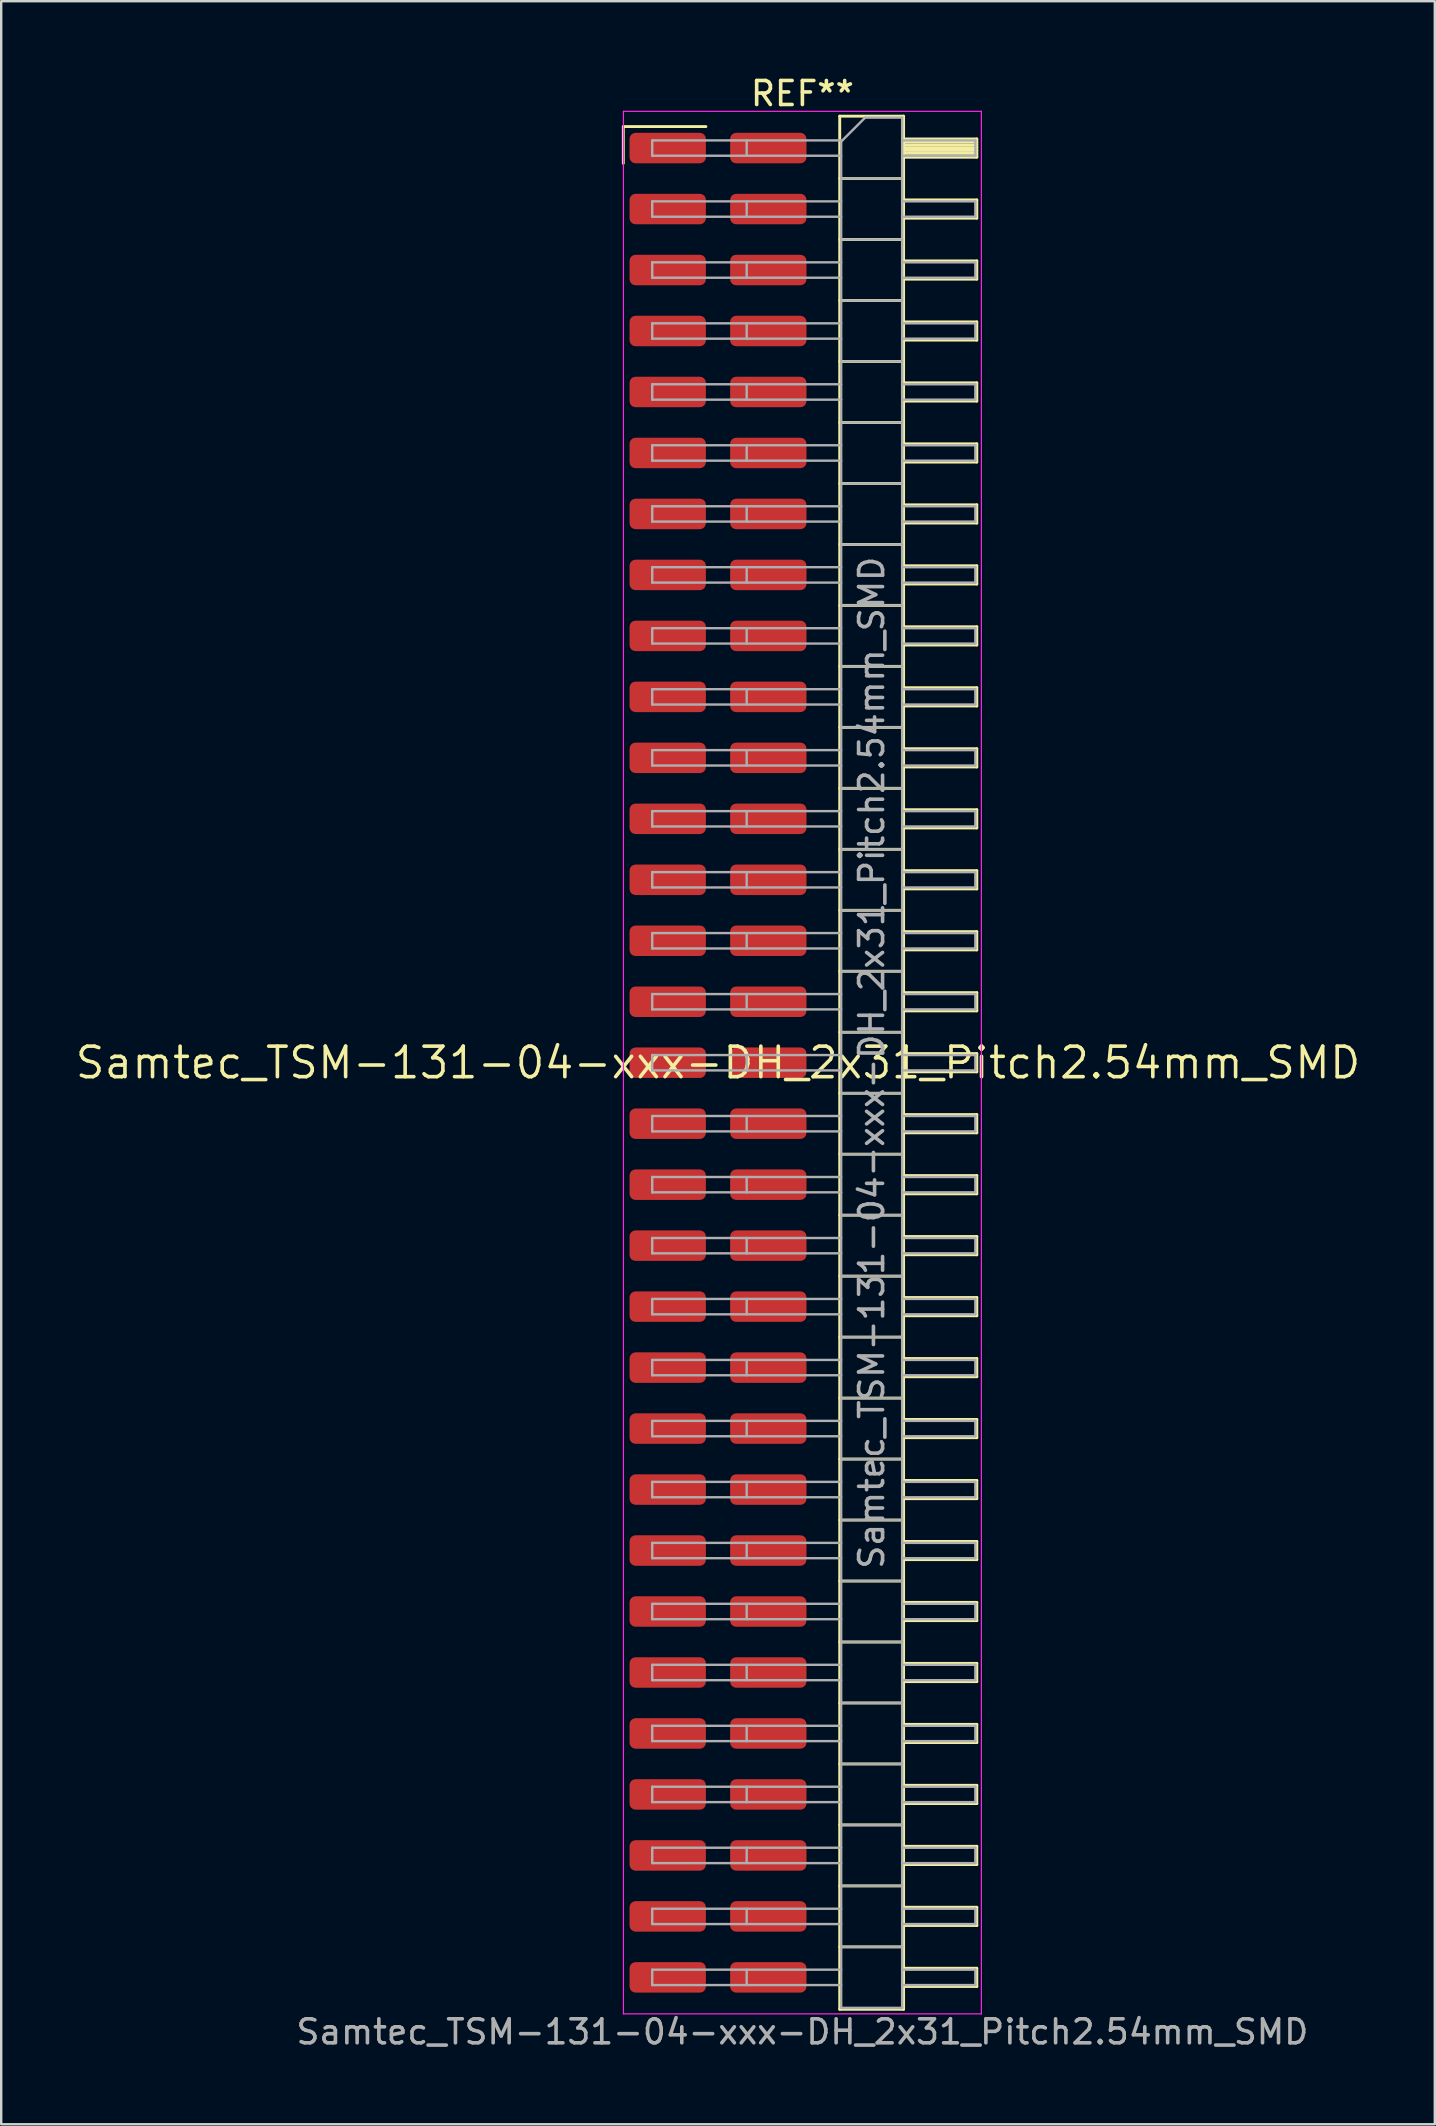
<source format=kicad_pcb>
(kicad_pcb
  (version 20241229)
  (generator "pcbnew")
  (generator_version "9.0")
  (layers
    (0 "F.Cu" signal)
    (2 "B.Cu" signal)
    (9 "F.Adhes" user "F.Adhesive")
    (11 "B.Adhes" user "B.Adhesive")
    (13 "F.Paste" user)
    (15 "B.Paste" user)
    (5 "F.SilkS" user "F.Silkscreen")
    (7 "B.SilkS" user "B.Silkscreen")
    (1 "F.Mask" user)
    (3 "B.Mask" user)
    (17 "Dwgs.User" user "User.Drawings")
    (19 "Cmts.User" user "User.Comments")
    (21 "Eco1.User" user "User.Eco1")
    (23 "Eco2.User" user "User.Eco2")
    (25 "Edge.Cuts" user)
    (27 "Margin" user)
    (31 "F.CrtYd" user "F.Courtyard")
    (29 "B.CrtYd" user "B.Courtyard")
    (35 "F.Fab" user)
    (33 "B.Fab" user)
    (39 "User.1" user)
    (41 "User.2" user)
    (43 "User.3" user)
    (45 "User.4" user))
  (footprint "Samtec_TSM-131-04-xxx-DH_2x31_Pitch2.54mm_SMD"
    (layer "F.Cu")
    (at 26.859 41.218)
    (property "Reference" "Samtec_TSM-131-04-xxx-DH_2x31_Pitch2.54mm_SMD" (at 0 0 0) (layer "F.SilkS") (effects (font (size 1.27 1.27) (thickness 0.15))))
    (attr smd)
    (fp_line (start -3.945 -38.995) (end -0.505 -38.995) (stroke (width 0.12) (type solid)) (layer "F.SilkS"))
    (fp_line (start -3.945 -37.465) (end -3.945 -38.995) (stroke (width 0.12) (type solid)) (layer "F.SilkS"))
    (fp_line (start 5.07 -39.43) (end 7.73 -39.43) (stroke (width 0.12) (type solid)) (layer "F.SilkS"))
    (fp_line (start 5.07 -36.83) (end 7.73 -36.83) (stroke (width 0.12) (type solid)) (layer "F.SilkS"))
    (fp_line (start 5.07 -34.29) (end 7.73 -34.29) (stroke (width 0.12) (type solid)) (layer "F.SilkS"))
    (fp_line (start 5.07 -31.75) (end 7.73 -31.75) (stroke (width 0.12) (type solid)) (layer "F.SilkS"))
    (fp_line (start 5.07 -29.21) (end 7.73 -29.21) (stroke (width 0.12) (type solid)) (layer "F.SilkS"))
    (fp_line (start 5.07 -26.67) (end 7.73 -26.67) (stroke (width 0.12) (type solid)) (layer "F.SilkS"))
    (fp_line (start 5.07 -24.13) (end 7.73 -24.13) (stroke (width 0.12) (type solid)) (layer "F.SilkS"))
    (fp_line (start 5.07 -21.59) (end 7.73 -21.59) (stroke (width 0.12) (type solid)) (layer "F.SilkS"))
    (fp_line (start 5.07 -19.05) (end 7.73 -19.05) (stroke (width 0.12) (type solid)) (layer "F.SilkS"))
    (fp_line (start 5.07 -16.51) (end 7.73 -16.51) (stroke (width 0.12) (type solid)) (layer "F.SilkS"))
    (fp_line (start 5.07 -13.97) (end 7.73 -13.97) (stroke (width 0.12) (type solid)) (layer "F.SilkS"))
    (fp_line (start 5.07 -11.43) (end 7.73 -11.43) (stroke (width 0.12) (type solid)) (layer "F.SilkS"))
    (fp_line (start 5.07 -8.89) (end 7.73 -8.89) (stroke (width 0.12) (type solid)) (layer "F.SilkS"))
    (fp_line (start 5.07 -6.35) (end 7.73 -6.35) (stroke (width 0.12) (type solid)) (layer "F.SilkS"))
    (fp_line (start 5.07 -3.81) (end 7.73 -3.81) (stroke (width 0.12) (type solid)) (layer "F.SilkS"))
    (fp_line (start 5.07 -1.27) (end 7.73 -1.27) (stroke (width 0.12) (type solid)) (layer "F.SilkS"))
    (fp_line (start 5.07 1.27) (end 7.73 1.27) (stroke (width 0.12) (type solid)) (layer "F.SilkS"))
    (fp_line (start 5.07 3.81) (end 7.73 3.81) (stroke (width 0.12) (type solid)) (layer "F.SilkS"))
    (fp_line (start 5.07 6.35) (end 7.73 6.35) (stroke (width 0.12) (type solid)) (layer "F.SilkS"))
    (fp_line (start 5.07 8.89) (end 7.73 8.89) (stroke (width 0.12) (type solid)) (layer "F.SilkS"))
    (fp_line (start 5.07 11.43) (end 7.73 11.43) (stroke (width 0.12) (type solid)) (layer "F.SilkS"))
    (fp_line (start 5.07 13.97) (end 7.73 13.97) (stroke (width 0.12) (type solid)) (layer "F.SilkS"))
    (fp_line (start 5.07 16.51) (end 7.73 16.51) (stroke (width 0.12) (type solid)) (layer "F.SilkS"))
    (fp_line (start 5.07 19.05) (end 7.73 19.05) (stroke (width 0.12) (type solid)) (layer "F.SilkS"))
    (fp_line (start 5.07 21.59) (end 7.73 21.59) (stroke (width 0.12) (type solid)) (layer "F.SilkS"))
    (fp_line (start 5.07 24.13) (end 7.73 24.13) (stroke (width 0.12) (type solid)) (layer "F.SilkS"))
    (fp_line (start 5.07 26.67) (end 7.73 26.67) (stroke (width 0.12) (type solid)) (layer "F.SilkS"))
    (fp_line (start 5.07 29.21) (end 7.73 29.21) (stroke (width 0.12) (type solid)) (layer "F.SilkS"))
    (fp_line (start 5.07 31.75) (end 7.73 31.75) (stroke (width 0.12) (type solid)) (layer "F.SilkS"))
    (fp_line (start 5.07 34.29) (end 7.73 34.29) (stroke (width 0.12) (type solid)) (layer "F.SilkS"))
    (fp_line (start 5.07 36.83) (end 7.73 36.83) (stroke (width 0.12) (type solid)) (layer "F.SilkS"))
    (fp_line (start 5.07 39.43) (end 5.07 -39.43) (stroke (width 0.12) (type solid)) (layer "F.SilkS"))
    (fp_line (start 7.73 -39.43) (end 7.73 39.43) (stroke (width 0.12) (type solid)) (layer "F.SilkS"))
    (fp_line (start 7.73 -38.48) (end 10.78 -38.48) (stroke (width 0.12) (type solid)) (layer "F.SilkS"))
    (fp_line (start 7.73 -38.36) (end 10.78 -38.36) (stroke (width 0.12) (type solid)) (layer "F.SilkS"))
    (fp_line (start 7.73 -38.24) (end 10.78 -38.24) (stroke (width 0.12) (type solid)) (layer "F.SilkS"))
    (fp_line (start 7.73 -38.12) (end 10.78 -38.12) (stroke (width 0.12) (type solid)) (layer "F.SilkS"))
    (fp_line (start 7.73 -38) (end 10.78 -38) (stroke (width 0.12) (type solid)) (layer "F.SilkS"))
    (fp_line (start 7.73 -37.88) (end 10.78 -37.88) (stroke (width 0.12) (type solid)) (layer "F.SilkS"))
    (fp_line (start 7.73 -37.76) (end 10.78 -37.76) (stroke (width 0.12) (type solid)) (layer "F.SilkS"))
    (fp_line (start 7.73 -37.72) (end 10.78 -37.72) (stroke (width 0.12) (type solid)) (layer "F.SilkS"))
    (fp_line (start 7.73 -35.94) (end 10.78 -35.94) (stroke (width 0.12) (type solid)) (layer "F.SilkS"))
    (fp_line (start 7.73 -35.18) (end 10.78 -35.18) (stroke (width 0.12) (type solid)) (layer "F.SilkS"))
    (fp_line (start 7.73 -33.4) (end 10.78 -33.4) (stroke (width 0.12) (type solid)) (layer "F.SilkS"))
    (fp_line (start 7.73 -32.64) (end 10.78 -32.64) (stroke (width 0.12) (type solid)) (layer "F.SilkS"))
    (fp_line (start 7.73 -30.86) (end 10.78 -30.86) (stroke (width 0.12) (type solid)) (layer "F.SilkS"))
    (fp_line (start 7.73 -30.1) (end 10.78 -30.1) (stroke (width 0.12) (type solid)) (layer "F.SilkS"))
    (fp_line (start 7.73 -28.32) (end 10.78 -28.32) (stroke (width 0.12) (type solid)) (layer "F.SilkS"))
    (fp_line (start 7.73 -27.56) (end 10.78 -27.56) (stroke (width 0.12) (type solid)) (layer "F.SilkS"))
    (fp_line (start 7.73 -25.78) (end 10.78 -25.78) (stroke (width 0.12) (type solid)) (layer "F.SilkS"))
    (fp_line (start 7.73 -25.02) (end 10.78 -25.02) (stroke (width 0.12) (type solid)) (layer "F.SilkS"))
    (fp_line (start 7.73 -23.24) (end 10.78 -23.24) (stroke (width 0.12) (type solid)) (layer "F.SilkS"))
    (fp_line (start 7.73 -22.48) (end 10.78 -22.48) (stroke (width 0.12) (type solid)) (layer "F.SilkS"))
    (fp_line (start 7.73 -20.7) (end 10.78 -20.7) (stroke (width 0.12) (type solid)) (layer "F.SilkS"))
    (fp_line (start 7.73 -19.94) (end 10.78 -19.94) (stroke (width 0.12) (type solid)) (layer "F.SilkS"))
    (fp_line (start 7.73 -18.16) (end 10.78 -18.16) (stroke (width 0.12) (type solid)) (layer "F.SilkS"))
    (fp_line (start 7.73 -17.4) (end 10.78 -17.4) (stroke (width 0.12) (type solid)) (layer "F.SilkS"))
    (fp_line (start 7.73 -15.62) (end 10.78 -15.62) (stroke (width 0.12) (type solid)) (layer "F.SilkS"))
    (fp_line (start 7.73 -14.86) (end 10.78 -14.86) (stroke (width 0.12) (type solid)) (layer "F.SilkS"))
    (fp_line (start 7.73 -13.08) (end 10.78 -13.08) (stroke (width 0.12) (type solid)) (layer "F.SilkS"))
    (fp_line (start 7.73 -12.32) (end 10.78 -12.32) (stroke (width 0.12) (type solid)) (layer "F.SilkS"))
    (fp_line (start 7.73 -10.54) (end 10.78 -10.54) (stroke (width 0.12) (type solid)) (layer "F.SilkS"))
    (fp_line (start 7.73 -9.78) (end 10.78 -9.78) (stroke (width 0.12) (type solid)) (layer "F.SilkS"))
    (fp_line (start 7.73 -8) (end 10.78 -8) (stroke (width 0.12) (type solid)) (layer "F.SilkS"))
    (fp_line (start 7.73 -7.24) (end 10.78 -7.24) (stroke (width 0.12) (type solid)) (layer "F.SilkS"))
    (fp_line (start 7.73 -5.46) (end 10.78 -5.46) (stroke (width 0.12) (type solid)) (layer "F.SilkS"))
    (fp_line (start 7.73 -4.7) (end 10.78 -4.7) (stroke (width 0.12) (type solid)) (layer "F.SilkS"))
    (fp_line (start 7.73 -2.92) (end 10.78 -2.92) (stroke (width 0.12) (type solid)) (layer "F.SilkS"))
    (fp_line (start 7.73 -2.16) (end 10.78 -2.16) (stroke (width 0.12) (type solid)) (layer "F.SilkS"))
    (fp_line (start 7.73 -0.38) (end 10.78 -0.38) (stroke (width 0.12) (type solid)) (layer "F.SilkS"))
    (fp_line (start 7.73 0.38) (end 10.78 0.38) (stroke (width 0.12) (type solid)) (layer "F.SilkS"))
    (fp_line (start 7.73 2.16) (end 10.78 2.16) (stroke (width 0.12) (type solid)) (layer "F.SilkS"))
    (fp_line (start 7.73 2.92) (end 10.78 2.92) (stroke (width 0.12) (type solid)) (layer "F.SilkS"))
    (fp_line (start 7.73 4.7) (end 10.78 4.7) (stroke (width 0.12) (type solid)) (layer "F.SilkS"))
    (fp_line (start 7.73 5.46) (end 10.78 5.46) (stroke (width 0.12) (type solid)) (layer "F.SilkS"))
    (fp_line (start 7.73 7.24) (end 10.78 7.24) (stroke (width 0.12) (type solid)) (layer "F.SilkS"))
    (fp_line (start 7.73 8) (end 10.78 8) (stroke (width 0.12) (type solid)) (layer "F.SilkS"))
    (fp_line (start 7.73 9.78) (end 10.78 9.78) (stroke (width 0.12) (type solid)) (layer "F.SilkS"))
    (fp_line (start 7.73 10.54) (end 10.78 10.54) (stroke (width 0.12) (type solid)) (layer "F.SilkS"))
    (fp_line (start 7.73 12.32) (end 10.78 12.32) (stroke (width 0.12) (type solid)) (layer "F.SilkS"))
    (fp_line (start 7.73 13.08) (end 10.78 13.08) (stroke (width 0.12) (type solid)) (layer "F.SilkS"))
    (fp_line (start 7.73 14.86) (end 10.78 14.86) (stroke (width 0.12) (type solid)) (layer "F.SilkS"))
    (fp_line (start 7.73 15.62) (end 10.78 15.62) (stroke (width 0.12) (type solid)) (layer "F.SilkS"))
    (fp_line (start 7.73 17.4) (end 10.78 17.4) (stroke (width 0.12) (type solid)) (layer "F.SilkS"))
    (fp_line (start 7.73 18.16) (end 10.78 18.16) (stroke (width 0.12) (type solid)) (layer "F.SilkS"))
    (fp_line (start 7.73 19.94) (end 10.78 19.94) (stroke (width 0.12) (type solid)) (layer "F.SilkS"))
    (fp_line (start 7.73 20.7) (end 10.78 20.7) (stroke (width 0.12) (type solid)) (layer "F.SilkS"))
    (fp_line (start 7.73 22.48) (end 10.78 22.48) (stroke (width 0.12) (type solid)) (layer "F.SilkS"))
    (fp_line (start 7.73 23.24) (end 10.78 23.24) (stroke (width 0.12) (type solid)) (layer "F.SilkS"))
    (fp_line (start 7.73 25.02) (end 10.78 25.02) (stroke (width 0.12) (type solid)) (layer "F.SilkS"))
    (fp_line (start 7.73 25.78) (end 10.78 25.78) (stroke (width 0.12) (type solid)) (layer "F.SilkS"))
    (fp_line (start 7.73 27.56) (end 10.78 27.56) (stroke (width 0.12) (type solid)) (layer "F.SilkS"))
    (fp_line (start 7.73 28.32) (end 10.78 28.32) (stroke (width 0.12) (type solid)) (layer "F.SilkS"))
    (fp_line (start 7.73 30.1) (end 10.78 30.1) (stroke (width 0.12) (type solid)) (layer "F.SilkS"))
    (fp_line (start 7.73 30.86) (end 10.78 30.86) (stroke (width 0.12) (type solid)) (layer "F.SilkS"))
    (fp_line (start 7.73 32.64) (end 10.78 32.64) (stroke (width 0.12) (type solid)) (layer "F.SilkS"))
    (fp_line (start 7.73 33.4) (end 10.78 33.4) (stroke (width 0.12) (type solid)) (layer "F.SilkS"))
    (fp_line (start 7.73 35.18) (end 10.78 35.18) (stroke (width 0.12) (type solid)) (layer "F.SilkS"))
    (fp_line (start 7.73 35.94) (end 10.78 35.94) (stroke (width 0.12) (type solid)) (layer "F.SilkS"))
    (fp_line (start 7.73 37.72) (end 10.78 37.72) (stroke (width 0.12) (type solid)) (layer "F.SilkS"))
    (fp_line (start 7.73 38.48) (end 10.78 38.48) (stroke (width 0.12) (type solid)) (layer "F.SilkS"))
    (fp_line (start 7.73 39.43) (end 5.07 39.43) (stroke (width 0.12) (type solid)) (layer "F.SilkS"))
    (fp_line (start 10.78 -38.48) (end 10.78 -37.72) (stroke (width 0.12) (type solid)) (layer "F.SilkS"))
    (fp_line (start 10.78 -35.94) (end 10.78 -35.18) (stroke (width 0.12) (type solid)) (layer "F.SilkS"))
    (fp_line (start 10.78 -33.4) (end 10.78 -32.64) (stroke (width 0.12) (type solid)) (layer "F.SilkS"))
    (fp_line (start 10.78 -30.86) (end 10.78 -30.1) (stroke (width 0.12) (type solid)) (layer "F.SilkS"))
    (fp_line (start 10.78 -28.32) (end 10.78 -27.56) (stroke (width 0.12) (type solid)) (layer "F.SilkS"))
    (fp_line (start 10.78 -25.78) (end 10.78 -25.02) (stroke (width 0.12) (type solid)) (layer "F.SilkS"))
    (fp_line (start 10.78 -23.24) (end 10.78 -22.48) (stroke (width 0.12) (type solid)) (layer "F.SilkS"))
    (fp_line (start 10.78 -20.7) (end 10.78 -19.94) (stroke (width 0.12) (type solid)) (layer "F.SilkS"))
    (fp_line (start 10.78 -18.16) (end 10.78 -17.4) (stroke (width 0.12) (type solid)) (layer "F.SilkS"))
    (fp_line (start 10.78 -15.62) (end 10.78 -14.86) (stroke (width 0.12) (type solid)) (layer "F.SilkS"))
    (fp_line (start 10.78 -13.08) (end 10.78 -12.32) (stroke (width 0.12) (type solid)) (layer "F.SilkS"))
    (fp_line (start 10.78 -10.54) (end 10.78 -9.78) (stroke (width 0.12) (type solid)) (layer "F.SilkS"))
    (fp_line (start 10.78 -8) (end 10.78 -7.24) (stroke (width 0.12) (type solid)) (layer "F.SilkS"))
    (fp_line (start 10.78 -5.46) (end 10.78 -4.7) (stroke (width 0.12) (type solid)) (layer "F.SilkS"))
    (fp_line (start 10.78 -2.92) (end 10.78 -2.16) (stroke (width 0.12) (type solid)) (layer "F.SilkS"))
    (fp_line (start 10.78 -0.38) (end 10.78 0.38) (stroke (width 0.12) (type solid)) (layer "F.SilkS"))
    (fp_line (start 10.78 2.16) (end 10.78 2.92) (stroke (width 0.12) (type solid)) (layer "F.SilkS"))
    (fp_line (start 10.78 4.7) (end 10.78 5.46) (stroke (width 0.12) (type solid)) (layer "F.SilkS"))
    (fp_line (start 10.78 7.24) (end 10.78 8) (stroke (width 0.12) (type solid)) (layer "F.SilkS"))
    (fp_line (start 10.78 9.78) (end 10.78 10.54) (stroke (width 0.12) (type solid)) (layer "F.SilkS"))
    (fp_line (start 10.78 12.32) (end 10.78 13.08) (stroke (width 0.12) (type solid)) (layer "F.SilkS"))
    (fp_line (start 10.78 14.86) (end 10.78 15.62) (stroke (width 0.12) (type solid)) (layer "F.SilkS"))
    (fp_line (start 10.78 17.4) (end 10.78 18.16) (stroke (width 0.12) (type solid)) (layer "F.SilkS"))
    (fp_line (start 10.78 19.94) (end 10.78 20.7) (stroke (width 0.12) (type solid)) (layer "F.SilkS"))
    (fp_line (start 10.78 22.48) (end 10.78 23.24) (stroke (width 0.12) (type solid)) (layer "F.SilkS"))
    (fp_line (start 10.78 25.02) (end 10.78 25.78) (stroke (width 0.12) (type solid)) (layer "F.SilkS"))
    (fp_line (start 10.78 27.56) (end 10.78 28.32) (stroke (width 0.12) (type solid)) (layer "F.SilkS"))
    (fp_line (start 10.78 30.1) (end 10.78 30.86) (stroke (width 0.12) (type solid)) (layer "F.SilkS"))
    (fp_line (start 10.78 32.64) (end 10.78 33.4) (stroke (width 0.12) (type solid)) (layer "F.SilkS"))
    (fp_line (start 10.78 35.18) (end 10.78 35.94) (stroke (width 0.12) (type solid)) (layer "F.SilkS"))
    (fp_line (start 10.78 37.72) (end 10.78 38.48) (stroke (width 0.12) (type solid)) (layer "F.SilkS"))
    (fp_line (start -3.94 -39.63) (end 10.97 -39.63) (stroke (width 0.05) (type solid)) (layer "F.CrtYd"))
    (fp_line (start -3.94 39.62) (end -3.94 -39.63) (stroke (width 0.05) (type solid)) (layer "F.CrtYd"))
    (fp_line (start 10.97 -39.63) (end 10.97 39.62) (stroke (width 0.05) (type solid)) (layer "F.CrtYd"))
    (fp_line (start 10.97 39.62) (end -3.94 39.62) (stroke (width 0.05) (type solid)) (layer "F.CrtYd"))
    (fp_line (start -2.74 -38.42) (end -2.74 -37.78) (stroke (width 0.1) (type solid)) (layer "F.Fab"))
    (fp_line (start -2.74 -38.42) (end 5.13 -38.42) (stroke (width 0.1) (type solid)) (layer "F.Fab"))
    (fp_line (start -2.74 -37.78) (end 5.13 -37.78) (stroke (width 0.1) (type solid)) (layer "F.Fab"))
    (fp_line (start -2.74 -35.88) (end -2.74 -35.24) (stroke (width 0.1) (type solid)) (layer "F.Fab"))
    (fp_line (start -2.74 -35.88) (end 5.13 -35.88) (stroke (width 0.1) (type solid)) (layer "F.Fab"))
    (fp_line (start -2.74 -35.24) (end 5.13 -35.24) (stroke (width 0.1) (type solid)) (layer "F.Fab"))
    (fp_line (start -2.74 -33.34) (end -2.74 -32.7) (stroke (width 0.1) (type solid)) (layer "F.Fab"))
    (fp_line (start -2.74 -33.34) (end 5.13 -33.34) (stroke (width 0.1) (type solid)) (layer "F.Fab"))
    (fp_line (start -2.74 -32.7) (end 5.13 -32.7) (stroke (width 0.1) (type solid)) (layer "F.Fab"))
    (fp_line (start -2.74 -30.8) (end -2.74 -30.16) (stroke (width 0.1) (type solid)) (layer "F.Fab"))
    (fp_line (start -2.74 -30.8) (end 5.13 -30.8) (stroke (width 0.1) (type solid)) (layer "F.Fab"))
    (fp_line (start -2.74 -30.16) (end 5.13 -30.16) (stroke (width 0.1) (type solid)) (layer "F.Fab"))
    (fp_line (start -2.74 -28.26) (end -2.74 -27.62) (stroke (width 0.1) (type solid)) (layer "F.Fab"))
    (fp_line (start -2.74 -28.26) (end 5.13 -28.26) (stroke (width 0.1) (type solid)) (layer "F.Fab"))
    (fp_line (start -2.74 -27.62) (end 5.13 -27.62) (stroke (width 0.1) (type solid)) (layer "F.Fab"))
    (fp_line (start -2.74 -25.72) (end -2.74 -25.08) (stroke (width 0.1) (type solid)) (layer "F.Fab"))
    (fp_line (start -2.74 -25.72) (end 5.13 -25.72) (stroke (width 0.1) (type solid)) (layer "F.Fab"))
    (fp_line (start -2.74 -25.08) (end 5.13 -25.08) (stroke (width 0.1) (type solid)) (layer "F.Fab"))
    (fp_line (start -2.74 -23.18) (end -2.74 -22.54) (stroke (width 0.1) (type solid)) (layer "F.Fab"))
    (fp_line (start -2.74 -23.18) (end 5.13 -23.18) (stroke (width 0.1) (type solid)) (layer "F.Fab"))
    (fp_line (start -2.74 -22.54) (end 5.13 -22.54) (stroke (width 0.1) (type solid)) (layer "F.Fab"))
    (fp_line (start -2.74 -20.64) (end -2.74 -20) (stroke (width 0.1) (type solid)) (layer "F.Fab"))
    (fp_line (start -2.74 -20.64) (end 5.13 -20.64) (stroke (width 0.1) (type solid)) (layer "F.Fab"))
    (fp_line (start -2.74 -20) (end 5.13 -20) (stroke (width 0.1) (type solid)) (layer "F.Fab"))
    (fp_line (start -2.74 -18.1) (end -2.74 -17.46) (stroke (width 0.1) (type solid)) (layer "F.Fab"))
    (fp_line (start -2.74 -18.1) (end 5.13 -18.1) (stroke (width 0.1) (type solid)) (layer "F.Fab"))
    (fp_line (start -2.74 -17.46) (end 5.13 -17.46) (stroke (width 0.1) (type solid)) (layer "F.Fab"))
    (fp_line (start -2.74 -15.56) (end -2.74 -14.92) (stroke (width 0.1) (type solid)) (layer "F.Fab"))
    (fp_line (start -2.74 -15.56) (end 5.13 -15.56) (stroke (width 0.1) (type solid)) (layer "F.Fab"))
    (fp_line (start -2.74 -14.92) (end 5.13 -14.92) (stroke (width 0.1) (type solid)) (layer "F.Fab"))
    (fp_line (start -2.74 -13.02) (end -2.74 -12.38) (stroke (width 0.1) (type solid)) (layer "F.Fab"))
    (fp_line (start -2.74 -13.02) (end 5.13 -13.02) (stroke (width 0.1) (type solid)) (layer "F.Fab"))
    (fp_line (start -2.74 -12.38) (end 5.13 -12.38) (stroke (width 0.1) (type solid)) (layer "F.Fab"))
    (fp_line (start -2.74 -10.48) (end -2.74 -9.84) (stroke (width 0.1) (type solid)) (layer "F.Fab"))
    (fp_line (start -2.74 -10.48) (end 5.13 -10.48) (stroke (width 0.1) (type solid)) (layer "F.Fab"))
    (fp_line (start -2.74 -9.84) (end 5.13 -9.84) (stroke (width 0.1) (type solid)) (layer "F.Fab"))
    (fp_line (start -2.74 -7.94) (end -2.74 -7.3) (stroke (width 0.1) (type solid)) (layer "F.Fab"))
    (fp_line (start -2.74 -7.94) (end 5.13 -7.94) (stroke (width 0.1) (type solid)) (layer "F.Fab"))
    (fp_line (start -2.74 -7.3) (end 5.13 -7.3) (stroke (width 0.1) (type solid)) (layer "F.Fab"))
    (fp_line (start -2.74 -5.4) (end -2.74 -4.76) (stroke (width 0.1) (type solid)) (layer "F.Fab"))
    (fp_line (start -2.74 -5.4) (end 5.13 -5.4) (stroke (width 0.1) (type solid)) (layer "F.Fab"))
    (fp_line (start -2.74 -4.76) (end 5.13 -4.76) (stroke (width 0.1) (type solid)) (layer "F.Fab"))
    (fp_line (start -2.74 -2.86) (end -2.74 -2.22) (stroke (width 0.1) (type solid)) (layer "F.Fab"))
    (fp_line (start -2.74 -2.86) (end 5.13 -2.86) (stroke (width 0.1) (type solid)) (layer "F.Fab"))
    (fp_line (start -2.74 -2.22) (end 5.13 -2.22) (stroke (width 0.1) (type solid)) (layer "F.Fab"))
    (fp_line (start -2.74 -0.32) (end -2.74 0.32) (stroke (width 0.1) (type solid)) (layer "F.Fab"))
    (fp_line (start -2.74 -0.32) (end 5.13 -0.32) (stroke (width 0.1) (type solid)) (layer "F.Fab"))
    (fp_line (start -2.74 0.32) (end 5.13 0.32) (stroke (width 0.1) (type solid)) (layer "F.Fab"))
    (fp_line (start -2.74 2.22) (end -2.74 2.86) (stroke (width 0.1) (type solid)) (layer "F.Fab"))
    (fp_line (start -2.74 2.22) (end 5.13 2.22) (stroke (width 0.1) (type solid)) (layer "F.Fab"))
    (fp_line (start -2.74 2.86) (end 5.13 2.86) (stroke (width 0.1) (type solid)) (layer "F.Fab"))
    (fp_line (start -2.74 4.76) (end -2.74 5.4) (stroke (width 0.1) (type solid)) (layer "F.Fab"))
    (fp_line (start -2.74 4.76) (end 5.13 4.76) (stroke (width 0.1) (type solid)) (layer "F.Fab"))
    (fp_line (start -2.74 5.4) (end 5.13 5.4) (stroke (width 0.1) (type solid)) (layer "F.Fab"))
    (fp_line (start -2.74 7.3) (end -2.74 7.94) (stroke (width 0.1) (type solid)) (layer "F.Fab"))
    (fp_line (start -2.74 7.3) (end 5.13 7.3) (stroke (width 0.1) (type solid)) (layer "F.Fab"))
    (fp_line (start -2.74 7.94) (end 5.13 7.94) (stroke (width 0.1) (type solid)) (layer "F.Fab"))
    (fp_line (start -2.74 9.84) (end -2.74 10.48) (stroke (width 0.1) (type solid)) (layer "F.Fab"))
    (fp_line (start -2.74 9.84) (end 5.13 9.84) (stroke (width 0.1) (type solid)) (layer "F.Fab"))
    (fp_line (start -2.74 10.48) (end 5.13 10.48) (stroke (width 0.1) (type solid)) (layer "F.Fab"))
    (fp_line (start -2.74 12.38) (end -2.74 13.02) (stroke (width 0.1) (type solid)) (layer "F.Fab"))
    (fp_line (start -2.74 12.38) (end 5.13 12.38) (stroke (width 0.1) (type solid)) (layer "F.Fab"))
    (fp_line (start -2.74 13.02) (end 5.13 13.02) (stroke (width 0.1) (type solid)) (layer "F.Fab"))
    (fp_line (start -2.74 14.92) (end -2.74 15.56) (stroke (width 0.1) (type solid)) (layer "F.Fab"))
    (fp_line (start -2.74 14.92) (end 5.13 14.92) (stroke (width 0.1) (type solid)) (layer "F.Fab"))
    (fp_line (start -2.74 15.56) (end 5.13 15.56) (stroke (width 0.1) (type solid)) (layer "F.Fab"))
    (fp_line (start -2.74 17.46) (end -2.74 18.1) (stroke (width 0.1) (type solid)) (layer "F.Fab"))
    (fp_line (start -2.74 17.46) (end 5.13 17.46) (stroke (width 0.1) (type solid)) (layer "F.Fab"))
    (fp_line (start -2.74 18.1) (end 5.13 18.1) (stroke (width 0.1) (type solid)) (layer "F.Fab"))
    (fp_line (start -2.74 20) (end -2.74 20.64) (stroke (width 0.1) (type solid)) (layer "F.Fab"))
    (fp_line (start -2.74 20) (end 5.13 20) (stroke (width 0.1) (type solid)) (layer "F.Fab"))
    (fp_line (start -2.74 20.64) (end 5.13 20.64) (stroke (width 0.1) (type solid)) (layer "F.Fab"))
    (fp_line (start -2.74 22.54) (end -2.74 23.18) (stroke (width 0.1) (type solid)) (layer "F.Fab"))
    (fp_line (start -2.74 22.54) (end 5.13 22.54) (stroke (width 0.1) (type solid)) (layer "F.Fab"))
    (fp_line (start -2.74 23.18) (end 5.13 23.18) (stroke (width 0.1) (type solid)) (layer "F.Fab"))
    (fp_line (start -2.74 25.08) (end -2.74 25.72) (stroke (width 0.1) (type solid)) (layer "F.Fab"))
    (fp_line (start -2.74 25.08) (end 5.13 25.08) (stroke (width 0.1) (type solid)) (layer "F.Fab"))
    (fp_line (start -2.74 25.72) (end 5.13 25.72) (stroke (width 0.1) (type solid)) (layer "F.Fab"))
    (fp_line (start -2.74 27.62) (end -2.74 28.26) (stroke (width 0.1) (type solid)) (layer "F.Fab"))
    (fp_line (start -2.74 27.62) (end 5.13 27.62) (stroke (width 0.1) (type solid)) (layer "F.Fab"))
    (fp_line (start -2.74 28.26) (end 5.13 28.26) (stroke (width 0.1) (type solid)) (layer "F.Fab"))
    (fp_line (start -2.74 30.16) (end -2.74 30.8) (stroke (width 0.1) (type solid)) (layer "F.Fab"))
    (fp_line (start -2.74 30.16) (end 5.13 30.16) (stroke (width 0.1) (type solid)) (layer "F.Fab"))
    (fp_line (start -2.74 30.8) (end 5.13 30.8) (stroke (width 0.1) (type solid)) (layer "F.Fab"))
    (fp_line (start -2.74 32.7) (end -2.74 33.34) (stroke (width 0.1) (type solid)) (layer "F.Fab"))
    (fp_line (start -2.74 32.7) (end 5.13 32.7) (stroke (width 0.1) (type solid)) (layer "F.Fab"))
    (fp_line (start -2.74 33.34) (end 5.13 33.34) (stroke (width 0.1) (type solid)) (layer "F.Fab"))
    (fp_line (start -2.74 35.24) (end -2.74 35.88) (stroke (width 0.1) (type solid)) (layer "F.Fab"))
    (fp_line (start -2.74 35.24) (end 5.13 35.24) (stroke (width 0.1) (type solid)) (layer "F.Fab"))
    (fp_line (start -2.74 35.88) (end 5.13 35.88) (stroke (width 0.1) (type solid)) (layer "F.Fab"))
    (fp_line (start -2.74 37.78) (end -2.74 38.42) (stroke (width 0.1) (type solid)) (layer "F.Fab"))
    (fp_line (start -2.74 37.78) (end 5.13 37.78) (stroke (width 0.1) (type solid)) (layer "F.Fab"))
    (fp_line (start -2.74 38.42) (end 5.13 38.42) (stroke (width 0.1) (type solid)) (layer "F.Fab"))
    (fp_line (start 1.195 -38.42) (end 1.195 -37.78) (stroke (width 0.1) (type solid)) (layer "F.Fab"))
    (fp_line (start 1.195 -35.88) (end 1.195 -35.24) (stroke (width 0.1) (type solid)) (layer "F.Fab"))
    (fp_line (start 1.195 -33.34) (end 1.195 -32.7) (stroke (width 0.1) (type solid)) (layer "F.Fab"))
    (fp_line (start 1.195 -30.8) (end 1.195 -30.16) (stroke (width 0.1) (type solid)) (layer "F.Fab"))
    (fp_line (start 1.195 -28.26) (end 1.195 -27.62) (stroke (width 0.1) (type solid)) (layer "F.Fab"))
    (fp_line (start 1.195 -25.72) (end 1.195 -25.08) (stroke (width 0.1) (type solid)) (layer "F.Fab"))
    (fp_line (start 1.195 -23.18) (end 1.195 -22.54) (stroke (width 0.1) (type solid)) (layer "F.Fab"))
    (fp_line (start 1.195 -20.64) (end 1.195 -20) (stroke (width 0.1) (type solid)) (layer "F.Fab"))
    (fp_line (start 1.195 -18.1) (end 1.195 -17.46) (stroke (width 0.1) (type solid)) (layer "F.Fab"))
    (fp_line (start 1.195 -15.56) (end 1.195 -14.92) (stroke (width 0.1) (type solid)) (layer "F.Fab"))
    (fp_line (start 1.195 -13.02) (end 1.195 -12.38) (stroke (width 0.1) (type solid)) (layer "F.Fab"))
    (fp_line (start 1.195 -10.48) (end 1.195 -9.84) (stroke (width 0.1) (type solid)) (layer "F.Fab"))
    (fp_line (start 1.195 -7.94) (end 1.195 -7.3) (stroke (width 0.1) (type solid)) (layer "F.Fab"))
    (fp_line (start 1.195 -5.4) (end 1.195 -4.76) (stroke (width 0.1) (type solid)) (layer "F.Fab"))
    (fp_line (start 1.195 -2.86) (end 1.195 -2.22) (stroke (width 0.1) (type solid)) (layer "F.Fab"))
    (fp_line (start 1.195 -0.32) (end 1.195 0.32) (stroke (width 0.1) (type solid)) (layer "F.Fab"))
    (fp_line (start 1.195 2.22) (end 1.195 2.86) (stroke (width 0.1) (type solid)) (layer "F.Fab"))
    (fp_line (start 1.195 4.76) (end 1.195 5.4) (stroke (width 0.1) (type solid)) (layer "F.Fab"))
    (fp_line (start 1.195 7.3) (end 1.195 7.94) (stroke (width 0.1) (type solid)) (layer "F.Fab"))
    (fp_line (start 1.195 9.84) (end 1.195 10.48) (stroke (width 0.1) (type solid)) (layer "F.Fab"))
    (fp_line (start 1.195 12.38) (end 1.195 13.02) (stroke (width 0.1) (type solid)) (layer "F.Fab"))
    (fp_line (start 1.195 14.92) (end 1.195 15.56) (stroke (width 0.1) (type solid)) (layer "F.Fab"))
    (fp_line (start 1.195 17.46) (end 1.195 18.1) (stroke (width 0.1) (type solid)) (layer "F.Fab"))
    (fp_line (start 1.195 20) (end 1.195 20.64) (stroke (width 0.1) (type solid)) (layer "F.Fab"))
    (fp_line (start 1.195 22.54) (end 1.195 23.18) (stroke (width 0.1) (type solid)) (layer "F.Fab"))
    (fp_line (start 1.195 25.08) (end 1.195 25.72) (stroke (width 0.1) (type solid)) (layer "F.Fab"))
    (fp_line (start 1.195 27.62) (end 1.195 28.26) (stroke (width 0.1) (type solid)) (layer "F.Fab"))
    (fp_line (start 1.195 30.16) (end 1.195 30.8) (stroke (width 0.1) (type solid)) (layer "F.Fab"))
    (fp_line (start 1.195 32.7) (end 1.195 33.34) (stroke (width 0.1) (type solid)) (layer "F.Fab"))
    (fp_line (start 1.195 35.24) (end 1.195 35.88) (stroke (width 0.1) (type solid)) (layer "F.Fab"))
    (fp_line (start 1.195 37.78) (end 1.195 38.42) (stroke (width 0.1) (type solid)) (layer "F.Fab"))
    (fp_line (start 5.13 -38.37) (end 6.13 -39.37) (stroke (width 0.1) (type solid)) (layer "F.Fab"))
    (fp_line (start 5.13 -36.83) (end 7.67 -36.83) (stroke (width 0.1) (type solid)) (layer "F.Fab"))
    (fp_line (start 5.13 -34.29) (end 7.67 -34.29) (stroke (width 0.1) (type solid)) (layer "F.Fab"))
    (fp_line (start 5.13 -31.75) (end 7.67 -31.75) (stroke (width 0.1) (type solid)) (layer "F.Fab"))
    (fp_line (start 5.13 -29.21) (end 7.67 -29.21) (stroke (width 0.1) (type solid)) (layer "F.Fab"))
    (fp_line (start 5.13 -26.67) (end 7.67 -26.67) (stroke (width 0.1) (type solid)) (layer "F.Fab"))
    (fp_line (start 5.13 -24.13) (end 7.67 -24.13) (stroke (width 0.1) (type solid)) (layer "F.Fab"))
    (fp_line (start 5.13 -21.59) (end 7.67 -21.59) (stroke (width 0.1) (type solid)) (layer "F.Fab"))
    (fp_line (start 5.13 -19.05) (end 7.67 -19.05) (stroke (width 0.1) (type solid)) (layer "F.Fab"))
    (fp_line (start 5.13 -16.51) (end 7.67 -16.51) (stroke (width 0.1) (type solid)) (layer "F.Fab"))
    (fp_line (start 5.13 -13.97) (end 7.67 -13.97) (stroke (width 0.1) (type solid)) (layer "F.Fab"))
    (fp_line (start 5.13 -11.43) (end 7.67 -11.43) (stroke (width 0.1) (type solid)) (layer "F.Fab"))
    (fp_line (start 5.13 -8.89) (end 7.67 -8.89) (stroke (width 0.1) (type solid)) (layer "F.Fab"))
    (fp_line (start 5.13 -6.35) (end 7.67 -6.35) (stroke (width 0.1) (type solid)) (layer "F.Fab"))
    (fp_line (start 5.13 -3.81) (end 7.67 -3.81) (stroke (width 0.1) (type solid)) (layer "F.Fab"))
    (fp_line (start 5.13 -1.27) (end 7.67 -1.27) (stroke (width 0.1) (type solid)) (layer "F.Fab"))
    (fp_line (start 5.13 1.27) (end 7.67 1.27) (stroke (width 0.1) (type solid)) (layer "F.Fab"))
    (fp_line (start 5.13 3.81) (end 7.67 3.81) (stroke (width 0.1) (type solid)) (layer "F.Fab"))
    (fp_line (start 5.13 6.35) (end 7.67 6.35) (stroke (width 0.1) (type solid)) (layer "F.Fab"))
    (fp_line (start 5.13 8.89) (end 7.67 8.89) (stroke (width 0.1) (type solid)) (layer "F.Fab"))
    (fp_line (start 5.13 11.43) (end 7.67 11.43) (stroke (width 0.1) (type solid)) (layer "F.Fab"))
    (fp_line (start 5.13 13.97) (end 7.67 13.97) (stroke (width 0.1) (type solid)) (layer "F.Fab"))
    (fp_line (start 5.13 16.51) (end 7.67 16.51) (stroke (width 0.1) (type solid)) (layer "F.Fab"))
    (fp_line (start 5.13 19.05) (end 7.67 19.05) (stroke (width 0.1) (type solid)) (layer "F.Fab"))
    (fp_line (start 5.13 21.59) (end 7.67 21.59) (stroke (width 0.1) (type solid)) (layer "F.Fab"))
    (fp_line (start 5.13 24.13) (end 7.67 24.13) (stroke (width 0.1) (type solid)) (layer "F.Fab"))
    (fp_line (start 5.13 26.67) (end 7.67 26.67) (stroke (width 0.1) (type solid)) (layer "F.Fab"))
    (fp_line (start 5.13 29.21) (end 7.67 29.21) (stroke (width 0.1) (type solid)) (layer "F.Fab"))
    (fp_line (start 5.13 31.75) (end 7.67 31.75) (stroke (width 0.1) (type solid)) (layer "F.Fab"))
    (fp_line (start 5.13 34.29) (end 7.67 34.29) (stroke (width 0.1) (type solid)) (layer "F.Fab"))
    (fp_line (start 5.13 36.83) (end 7.67 36.83) (stroke (width 0.1) (type solid)) (layer "F.Fab"))
    (fp_line (start 5.13 39.37) (end 5.13 -38.37) (stroke (width 0.1) (type solid)) (layer "F.Fab"))
    (fp_line (start 6.13 -39.37) (end 7.67 -39.37) (stroke (width 0.1) (type solid)) (layer "F.Fab"))
    (fp_line (start 7.67 -39.37) (end 7.67 39.37) (stroke (width 0.1) (type solid)) (layer "F.Fab"))
    (fp_line (start 7.67 -38.42) (end 10.72 -38.42) (stroke (width 0.1) (type solid)) (layer "F.Fab"))
    (fp_line (start 7.67 -37.78) (end 10.72 -37.78) (stroke (width 0.1) (type solid)) (layer "F.Fab"))
    (fp_line (start 7.67 -35.88) (end 10.72 -35.88) (stroke (width 0.1) (type solid)) (layer "F.Fab"))
    (fp_line (start 7.67 -35.24) (end 10.72 -35.24) (stroke (width 0.1) (type solid)) (layer "F.Fab"))
    (fp_line (start 7.67 -33.34) (end 10.72 -33.34) (stroke (width 0.1) (type solid)) (layer "F.Fab"))
    (fp_line (start 7.67 -32.7) (end 10.72 -32.7) (stroke (width 0.1) (type solid)) (layer "F.Fab"))
    (fp_line (start 7.67 -30.8) (end 10.72 -30.8) (stroke (width 0.1) (type solid)) (layer "F.Fab"))
    (fp_line (start 7.67 -30.16) (end 10.72 -30.16) (stroke (width 0.1) (type solid)) (layer "F.Fab"))
    (fp_line (start 7.67 -28.26) (end 10.72 -28.26) (stroke (width 0.1) (type solid)) (layer "F.Fab"))
    (fp_line (start 7.67 -27.62) (end 10.72 -27.62) (stroke (width 0.1) (type solid)) (layer "F.Fab"))
    (fp_line (start 7.67 -25.72) (end 10.72 -25.72) (stroke (width 0.1) (type solid)) (layer "F.Fab"))
    (fp_line (start 7.67 -25.08) (end 10.72 -25.08) (stroke (width 0.1) (type solid)) (layer "F.Fab"))
    (fp_line (start 7.67 -23.18) (end 10.72 -23.18) (stroke (width 0.1) (type solid)) (layer "F.Fab"))
    (fp_line (start 7.67 -22.54) (end 10.72 -22.54) (stroke (width 0.1) (type solid)) (layer "F.Fab"))
    (fp_line (start 7.67 -20.64) (end 10.72 -20.64) (stroke (width 0.1) (type solid)) (layer "F.Fab"))
    (fp_line (start 7.67 -20) (end 10.72 -20) (stroke (width 0.1) (type solid)) (layer "F.Fab"))
    (fp_line (start 7.67 -18.1) (end 10.72 -18.1) (stroke (width 0.1) (type solid)) (layer "F.Fab"))
    (fp_line (start 7.67 -17.46) (end 10.72 -17.46) (stroke (width 0.1) (type solid)) (layer "F.Fab"))
    (fp_line (start 7.67 -15.56) (end 10.72 -15.56) (stroke (width 0.1) (type solid)) (layer "F.Fab"))
    (fp_line (start 7.67 -14.92) (end 10.72 -14.92) (stroke (width 0.1) (type solid)) (layer "F.Fab"))
    (fp_line (start 7.67 -13.02) (end 10.72 -13.02) (stroke (width 0.1) (type solid)) (layer "F.Fab"))
    (fp_line (start 7.67 -12.38) (end 10.72 -12.38) (stroke (width 0.1) (type solid)) (layer "F.Fab"))
    (fp_line (start 7.67 -10.48) (end 10.72 -10.48) (stroke (width 0.1) (type solid)) (layer "F.Fab"))
    (fp_line (start 7.67 -9.84) (end 10.72 -9.84) (stroke (width 0.1) (type solid)) (layer "F.Fab"))
    (fp_line (start 7.67 -7.94) (end 10.72 -7.94) (stroke (width 0.1) (type solid)) (layer "F.Fab"))
    (fp_line (start 7.67 -7.3) (end 10.72 -7.3) (stroke (width 0.1) (type solid)) (layer "F.Fab"))
    (fp_line (start 7.67 -5.4) (end 10.72 -5.4) (stroke (width 0.1) (type solid)) (layer "F.Fab"))
    (fp_line (start 7.67 -4.76) (end 10.72 -4.76) (stroke (width 0.1) (type solid)) (layer "F.Fab"))
    (fp_line (start 7.67 -2.86) (end 10.72 -2.86) (stroke (width 0.1) (type solid)) (layer "F.Fab"))
    (fp_line (start 7.67 -2.22) (end 10.72 -2.22) (stroke (width 0.1) (type solid)) (layer "F.Fab"))
    (fp_line (start 7.67 -0.32) (end 10.72 -0.32) (stroke (width 0.1) (type solid)) (layer "F.Fab"))
    (fp_line (start 7.67 0.32) (end 10.72 0.32) (stroke (width 0.1) (type solid)) (layer "F.Fab"))
    (fp_line (start 7.67 2.22) (end 10.72 2.22) (stroke (width 0.1) (type solid)) (layer "F.Fab"))
    (fp_line (start 7.67 2.86) (end 10.72 2.86) (stroke (width 0.1) (type solid)) (layer "F.Fab"))
    (fp_line (start 7.67 4.76) (end 10.72 4.76) (stroke (width 0.1) (type solid)) (layer "F.Fab"))
    (fp_line (start 7.67 5.4) (end 10.72 5.4) (stroke (width 0.1) (type solid)) (layer "F.Fab"))
    (fp_line (start 7.67 7.3) (end 10.72 7.3) (stroke (width 0.1) (type solid)) (layer "F.Fab"))
    (fp_line (start 7.67 7.94) (end 10.72 7.94) (stroke (width 0.1) (type solid)) (layer "F.Fab"))
    (fp_line (start 7.67 9.84) (end 10.72 9.84) (stroke (width 0.1) (type solid)) (layer "F.Fab"))
    (fp_line (start 7.67 10.48) (end 10.72 10.48) (stroke (width 0.1) (type solid)) (layer "F.Fab"))
    (fp_line (start 7.67 12.38) (end 10.72 12.38) (stroke (width 0.1) (type solid)) (layer "F.Fab"))
    (fp_line (start 7.67 13.02) (end 10.72 13.02) (stroke (width 0.1) (type solid)) (layer "F.Fab"))
    (fp_line (start 7.67 14.92) (end 10.72 14.92) (stroke (width 0.1) (type solid)) (layer "F.Fab"))
    (fp_line (start 7.67 15.56) (end 10.72 15.56) (stroke (width 0.1) (type solid)) (layer "F.Fab"))
    (fp_line (start 7.67 17.46) (end 10.72 17.46) (stroke (width 0.1) (type solid)) (layer "F.Fab"))
    (fp_line (start 7.67 18.1) (end 10.72 18.1) (stroke (width 0.1) (type solid)) (layer "F.Fab"))
    (fp_line (start 7.67 20) (end 10.72 20) (stroke (width 0.1) (type solid)) (layer "F.Fab"))
    (fp_line (start 7.67 20.64) (end 10.72 20.64) (stroke (width 0.1) (type solid)) (layer "F.Fab"))
    (fp_line (start 7.67 22.54) (end 10.72 22.54) (stroke (width 0.1) (type solid)) (layer "F.Fab"))
    (fp_line (start 7.67 23.18) (end 10.72 23.18) (stroke (width 0.1) (type solid)) (layer "F.Fab"))
    (fp_line (start 7.67 25.08) (end 10.72 25.08) (stroke (width 0.1) (type solid)) (layer "F.Fab"))
    (fp_line (start 7.67 25.72) (end 10.72 25.72) (stroke (width 0.1) (type solid)) (layer "F.Fab"))
    (fp_line (start 7.67 27.62) (end 10.72 27.62) (stroke (width 0.1) (type solid)) (layer "F.Fab"))
    (fp_line (start 7.67 28.26) (end 10.72 28.26) (stroke (width 0.1) (type solid)) (layer "F.Fab"))
    (fp_line (start 7.67 30.16) (end 10.72 30.16) (stroke (width 0.1) (type solid)) (layer "F.Fab"))
    (fp_line (start 7.67 30.8) (end 10.72 30.8) (stroke (width 0.1) (type solid)) (layer "F.Fab"))
    (fp_line (start 7.67 32.7) (end 10.72 32.7) (stroke (width 0.1) (type solid)) (layer "F.Fab"))
    (fp_line (start 7.67 33.34) (end 10.72 33.34) (stroke (width 0.1) (type solid)) (layer "F.Fab"))
    (fp_line (start 7.67 35.24) (end 10.72 35.24) (stroke (width 0.1) (type solid)) (layer "F.Fab"))
    (fp_line (start 7.67 35.88) (end 10.72 35.88) (stroke (width 0.1) (type solid)) (layer "F.Fab"))
    (fp_line (start 7.67 37.78) (end 10.72 37.78) (stroke (width 0.1) (type solid)) (layer "F.Fab"))
    (fp_line (start 7.67 38.42) (end 10.72 38.42) (stroke (width 0.1) (type solid)) (layer "F.Fab"))
    (fp_line (start 7.67 39.37) (end 5.13 39.37) (stroke (width 0.1) (type solid)) (layer "F.Fab"))
    (fp_line (start 10.72 -38.42) (end 10.72 -37.78) (stroke (width 0.1) (type solid)) (layer "F.Fab"))
    (fp_line (start 10.72 -35.88) (end 10.72 -35.24) (stroke (width 0.1) (type solid)) (layer "F.Fab"))
    (fp_line (start 10.72 -33.34) (end 10.72 -32.7) (stroke (width 0.1) (type solid)) (layer "F.Fab"))
    (fp_line (start 10.72 -30.8) (end 10.72 -30.16) (stroke (width 0.1) (type solid)) (layer "F.Fab"))
    (fp_line (start 10.72 -28.26) (end 10.72 -27.62) (stroke (width 0.1) (type solid)) (layer "F.Fab"))
    (fp_line (start 10.72 -25.72) (end 10.72 -25.08) (stroke (width 0.1) (type solid)) (layer "F.Fab"))
    (fp_line (start 10.72 -23.18) (end 10.72 -22.54) (stroke (width 0.1) (type solid)) (layer "F.Fab"))
    (fp_line (start 10.72 -20.64) (end 10.72 -20) (stroke (width 0.1) (type solid)) (layer "F.Fab"))
    (fp_line (start 10.72 -18.1) (end 10.72 -17.46) (stroke (width 0.1) (type solid)) (layer "F.Fab"))
    (fp_line (start 10.72 -15.56) (end 10.72 -14.92) (stroke (width 0.1) (type solid)) (layer "F.Fab"))
    (fp_line (start 10.72 -13.02) (end 10.72 -12.38) (stroke (width 0.1) (type solid)) (layer "F.Fab"))
    (fp_line (start 10.72 -10.48) (end 10.72 -9.84) (stroke (width 0.1) (type solid)) (layer "F.Fab"))
    (fp_line (start 10.72 -7.94) (end 10.72 -7.3) (stroke (width 0.1) (type solid)) (layer "F.Fab"))
    (fp_line (start 10.72 -5.4) (end 10.72 -4.76) (stroke (width 0.1) (type solid)) (layer "F.Fab"))
    (fp_line (start 10.72 -2.86) (end 10.72 -2.22) (stroke (width 0.1) (type solid)) (layer "F.Fab"))
    (fp_line (start 10.72 -0.32) (end 10.72 0.32) (stroke (width 0.1) (type solid)) (layer "F.Fab"))
    (fp_line (start 10.72 2.22) (end 10.72 2.86) (stroke (width 0.1) (type solid)) (layer "F.Fab"))
    (fp_line (start 10.72 4.76) (end 10.72 5.4) (stroke (width 0.1) (type solid)) (layer "F.Fab"))
    (fp_line (start 10.72 7.3) (end 10.72 7.94) (stroke (width 0.1) (type solid)) (layer "F.Fab"))
    (fp_line (start 10.72 9.84) (end 10.72 10.48) (stroke (width 0.1) (type solid)) (layer "F.Fab"))
    (fp_line (start 10.72 12.38) (end 10.72 13.02) (stroke (width 0.1) (type solid)) (layer "F.Fab"))
    (fp_line (start 10.72 14.92) (end 10.72 15.56) (stroke (width 0.1) (type solid)) (layer "F.Fab"))
    (fp_line (start 10.72 17.46) (end 10.72 18.1) (stroke (width 0.1) (type solid)) (layer "F.Fab"))
    (fp_line (start 10.72 20) (end 10.72 20.64) (stroke (width 0.1) (type solid)) (layer "F.Fab"))
    (fp_line (start 10.72 22.54) (end 10.72 23.18) (stroke (width 0.1) (type solid)) (layer "F.Fab"))
    (fp_line (start 10.72 25.08) (end 10.72 25.72) (stroke (width 0.1) (type solid)) (layer "F.Fab"))
    (fp_line (start 10.72 27.62) (end 10.72 28.26) (stroke (width 0.1) (type solid)) (layer "F.Fab"))
    (fp_line (start 10.72 30.16) (end 10.72 30.8) (stroke (width 0.1) (type solid)) (layer "F.Fab"))
    (fp_line (start 10.72 32.7) (end 10.72 33.34) (stroke (width 0.1) (type solid)) (layer "F.Fab"))
    (fp_line (start 10.72 35.24) (end 10.72 35.88) (stroke (width 0.1) (type solid)) (layer "F.Fab"))
    (fp_line (start 10.72 37.78) (end 10.72 38.42) (stroke (width 0.1) (type solid)) (layer "F.Fab"))
    (fp_text user "REF**" (at 3.515 -40.37 0) (layer "F.SilkS") (effects (font (size 1 1) (thickness 0.15))))
    (fp_text user "Samtec_TSM-131-04-xxx-DH_2x31_Pitch2.54mm_SMD" (at 3.515 40.37 0) (layer "F.Fab") (effects (font (size 1 1) (thickness 0.15))))
    (fp_text user "${REFERENCE}" (at 6.4 0 90) (layer "F.Fab") (effects (font (size 1 1) (thickness 0.15))))
    (pad "1" smd roundrect (at -2.095 -38.1) (size 3.18 1.27) (layers "F.Cu" "F.Mask" "F.Paste") (roundrect_rratio 0.197))
    (pad "2" smd roundrect (at 2.095 -38.1) (size 3.18 1.27) (layers "F.Cu" "F.Mask" "F.Paste") (roundrect_rratio 0.197))
    (pad "3" smd roundrect (at -2.095 -35.56) (size 3.18 1.27) (layers "F.Cu" "F.Mask" "F.Paste") (roundrect_rratio 0.197))
    (pad "4" smd roundrect (at 2.095 -35.56) (size 3.18 1.27) (layers "F.Cu" "F.Mask" "F.Paste") (roundrect_rratio 0.197))
    (pad "5" smd roundrect (at -2.095 -33.02) (size 3.18 1.27) (layers "F.Cu" "F.Mask" "F.Paste") (roundrect_rratio 0.197))
    (pad "6" smd roundrect (at 2.095 -33.02) (size 3.18 1.27) (layers "F.Cu" "F.Mask" "F.Paste") (roundrect_rratio 0.197))
    (pad "7" smd roundrect (at -2.095 -30.48) (size 3.18 1.27) (layers "F.Cu" "F.Mask" "F.Paste") (roundrect_rratio 0.197))
    (pad "8" smd roundrect (at 2.095 -30.48) (size 3.18 1.27) (layers "F.Cu" "F.Mask" "F.Paste") (roundrect_rratio 0.197))
    (pad "9" smd roundrect (at -2.095 -27.94) (size 3.18 1.27) (layers "F.Cu" "F.Mask" "F.Paste") (roundrect_rratio 0.197))
    (pad "10" smd roundrect (at 2.095 -27.94) (size 3.18 1.27) (layers "F.Cu" "F.Mask" "F.Paste") (roundrect_rratio 0.197))
    (pad "11" smd roundrect (at -2.095 -25.4) (size 3.18 1.27) (layers "F.Cu" "F.Mask" "F.Paste") (roundrect_rratio 0.197))
    (pad "12" smd roundrect (at 2.095 -25.4) (size 3.18 1.27) (layers "F.Cu" "F.Mask" "F.Paste") (roundrect_rratio 0.197))
    (pad "13" smd roundrect (at -2.095 -22.86) (size 3.18 1.27) (layers "F.Cu" "F.Mask" "F.Paste") (roundrect_rratio 0.197))
    (pad "14" smd roundrect (at 2.095 -22.86) (size 3.18 1.27) (layers "F.Cu" "F.Mask" "F.Paste") (roundrect_rratio 0.197))
    (pad "15" smd roundrect (at -2.095 -20.32) (size 3.18 1.27) (layers "F.Cu" "F.Mask" "F.Paste") (roundrect_rratio 0.197))
    (pad "16" smd roundrect (at 2.095 -20.32) (size 3.18 1.27) (layers "F.Cu" "F.Mask" "F.Paste") (roundrect_rratio 0.197))
    (pad "17" smd roundrect (at -2.095 -17.78) (size 3.18 1.27) (layers "F.Cu" "F.Mask" "F.Paste") (roundrect_rratio 0.197))
    (pad "18" smd roundrect (at 2.095 -17.78) (size 3.18 1.27) (layers "F.Cu" "F.Mask" "F.Paste") (roundrect_rratio 0.197))
    (pad "19" smd roundrect (at -2.095 -15.24) (size 3.18 1.27) (layers "F.Cu" "F.Mask" "F.Paste") (roundrect_rratio 0.197))
    (pad "20" smd roundrect (at 2.095 -15.24) (size 3.18 1.27) (layers "F.Cu" "F.Mask" "F.Paste") (roundrect_rratio 0.197))
    (pad "21" smd roundrect (at -2.095 -12.7) (size 3.18 1.27) (layers "F.Cu" "F.Mask" "F.Paste") (roundrect_rratio 0.197))
    (pad "22" smd roundrect (at 2.095 -12.7) (size 3.18 1.27) (layers "F.Cu" "F.Mask" "F.Paste") (roundrect_rratio 0.197))
    (pad "23" smd roundrect (at -2.095 -10.16) (size 3.18 1.27) (layers "F.Cu" "F.Mask" "F.Paste") (roundrect_rratio 0.197))
    (pad "24" smd roundrect (at 2.095 -10.16) (size 3.18 1.27) (layers "F.Cu" "F.Mask" "F.Paste") (roundrect_rratio 0.197))
    (pad "25" smd roundrect (at -2.095 -7.62) (size 3.18 1.27) (layers "F.Cu" "F.Mask" "F.Paste") (roundrect_rratio 0.197))
    (pad "26" smd roundrect (at 2.095 -7.62) (size 3.18 1.27) (layers "F.Cu" "F.Mask" "F.Paste") (roundrect_rratio 0.197))
    (pad "27" smd roundrect (at -2.095 -5.08) (size 3.18 1.27) (layers "F.Cu" "F.Mask" "F.Paste") (roundrect_rratio 0.197))
    (pad "28" smd roundrect (at 2.095 -5.08) (size 3.18 1.27) (layers "F.Cu" "F.Mask" "F.Paste") (roundrect_rratio 0.197))
    (pad "29" smd roundrect (at -2.095 -2.54) (size 3.18 1.27) (layers "F.Cu" "F.Mask" "F.Paste") (roundrect_rratio 0.197))
    (pad "30" smd roundrect (at 2.095 -2.54) (size 3.18 1.27) (layers "F.Cu" "F.Mask" "F.Paste") (roundrect_rratio 0.197))
    (pad "31" smd roundrect (at -2.095 0) (size 3.18 1.27) (layers "F.Cu" "F.Mask" "F.Paste") (roundrect_rratio 0.197))
    (pad "32" smd roundrect (at 2.095 0) (size 3.18 1.27) (layers "F.Cu" "F.Mask" "F.Paste") (roundrect_rratio 0.197))
    (pad "33" smd roundrect (at -2.095 2.54) (size 3.18 1.27) (layers "F.Cu" "F.Mask" "F.Paste") (roundrect_rratio 0.197))
    (pad "34" smd roundrect (at 2.095 2.54) (size 3.18 1.27) (layers "F.Cu" "F.Mask" "F.Paste") (roundrect_rratio 0.197))
    (pad "35" smd roundrect (at -2.095 5.08) (size 3.18 1.27) (layers "F.Cu" "F.Mask" "F.Paste") (roundrect_rratio 0.197))
    (pad "36" smd roundrect (at 2.095 5.08) (size 3.18 1.27) (layers "F.Cu" "F.Mask" "F.Paste") (roundrect_rratio 0.197))
    (pad "37" smd roundrect (at -2.095 7.62) (size 3.18 1.27) (layers "F.Cu" "F.Mask" "F.Paste") (roundrect_rratio 0.197))
    (pad "38" smd roundrect (at 2.095 7.62) (size 3.18 1.27) (layers "F.Cu" "F.Mask" "F.Paste") (roundrect_rratio 0.197))
    (pad "39" smd roundrect (at -2.095 10.16) (size 3.18 1.27) (layers "F.Cu" "F.Mask" "F.Paste") (roundrect_rratio 0.197))
    (pad "40" smd roundrect (at 2.095 10.16) (size 3.18 1.27) (layers "F.Cu" "F.Mask" "F.Paste") (roundrect_rratio 0.197))
    (pad "41" smd roundrect (at -2.095 12.7) (size 3.18 1.27) (layers "F.Cu" "F.Mask" "F.Paste") (roundrect_rratio 0.197))
    (pad "42" smd roundrect (at 2.095 12.7) (size 3.18 1.27) (layers "F.Cu" "F.Mask" "F.Paste") (roundrect_rratio 0.197))
    (pad "43" smd roundrect (at -2.095 15.24) (size 3.18 1.27) (layers "F.Cu" "F.Mask" "F.Paste") (roundrect_rratio 0.197))
    (pad "44" smd roundrect (at 2.095 15.24) (size 3.18 1.27) (layers "F.Cu" "F.Mask" "F.Paste") (roundrect_rratio 0.197))
    (pad "45" smd roundrect (at -2.095 17.78) (size 3.18 1.27) (layers "F.Cu" "F.Mask" "F.Paste") (roundrect_rratio 0.197))
    (pad "46" smd roundrect (at 2.095 17.78) (size 3.18 1.27) (layers "F.Cu" "F.Mask" "F.Paste") (roundrect_rratio 0.197))
    (pad "47" smd roundrect (at -2.095 20.32) (size 3.18 1.27) (layers "F.Cu" "F.Mask" "F.Paste") (roundrect_rratio 0.197))
    (pad "48" smd roundrect (at 2.095 20.32) (size 3.18 1.27) (layers "F.Cu" "F.Mask" "F.Paste") (roundrect_rratio 0.197))
    (pad "49" smd roundrect (at -2.095 22.86) (size 3.18 1.27) (layers "F.Cu" "F.Mask" "F.Paste") (roundrect_rratio 0.197))
    (pad "50" smd roundrect (at 2.095 22.86) (size 3.18 1.27) (layers "F.Cu" "F.Mask" "F.Paste") (roundrect_rratio 0.197))
    (pad "51" smd roundrect (at -2.095 25.4) (size 3.18 1.27) (layers "F.Cu" "F.Mask" "F.Paste") (roundrect_rratio 0.197))
    (pad "52" smd roundrect (at 2.095 25.4) (size 3.18 1.27) (layers "F.Cu" "F.Mask" "F.Paste") (roundrect_rratio 0.197))
    (pad "53" smd roundrect (at -2.095 27.94) (size 3.18 1.27) (layers "F.Cu" "F.Mask" "F.Paste") (roundrect_rratio 0.197))
    (pad "54" smd roundrect (at 2.095 27.94) (size 3.18 1.27) (layers "F.Cu" "F.Mask" "F.Paste") (roundrect_rratio 0.197))
    (pad "55" smd roundrect (at -2.095 30.48) (size 3.18 1.27) (layers "F.Cu" "F.Mask" "F.Paste") (roundrect_rratio 0.197))
    (pad "56" smd roundrect (at 2.095 30.48) (size 3.18 1.27) (layers "F.Cu" "F.Mask" "F.Paste") (roundrect_rratio 0.197))
    (pad "57" smd roundrect (at -2.095 33.02) (size 3.18 1.27) (layers "F.Cu" "F.Mask" "F.Paste") (roundrect_rratio 0.197))
    (pad "58" smd roundrect (at 2.095 33.02) (size 3.18 1.27) (layers "F.Cu" "F.Mask" "F.Paste") (roundrect_rratio 0.197))
    (pad "59" smd roundrect (at -2.095 35.56) (size 3.18 1.27) (layers "F.Cu" "F.Mask" "F.Paste") (roundrect_rratio 0.197))
    (pad "60" smd roundrect (at 2.095 35.56) (size 3.18 1.27) (layers "F.Cu" "F.Mask" "F.Paste") (roundrect_rratio 0.197))
    (pad "61" smd roundrect (at -2.095 38.1) (size 3.18 1.27) (layers "F.Cu" "F.Mask" "F.Paste") (roundrect_rratio 0.197))
    (pad "62" smd roundrect (at 2.095 38.1) (size 3.18 1.27) (layers "F.Cu" "F.Mask" "F.Paste") (roundrect_rratio 0.197)))
  (gr_rect
    (start -3 -3)
    (end 56.717 85.436)
    (stroke (width 0.1) (type default))
    (fill no)
    (layer "Edge.Cuts")))
</source>
